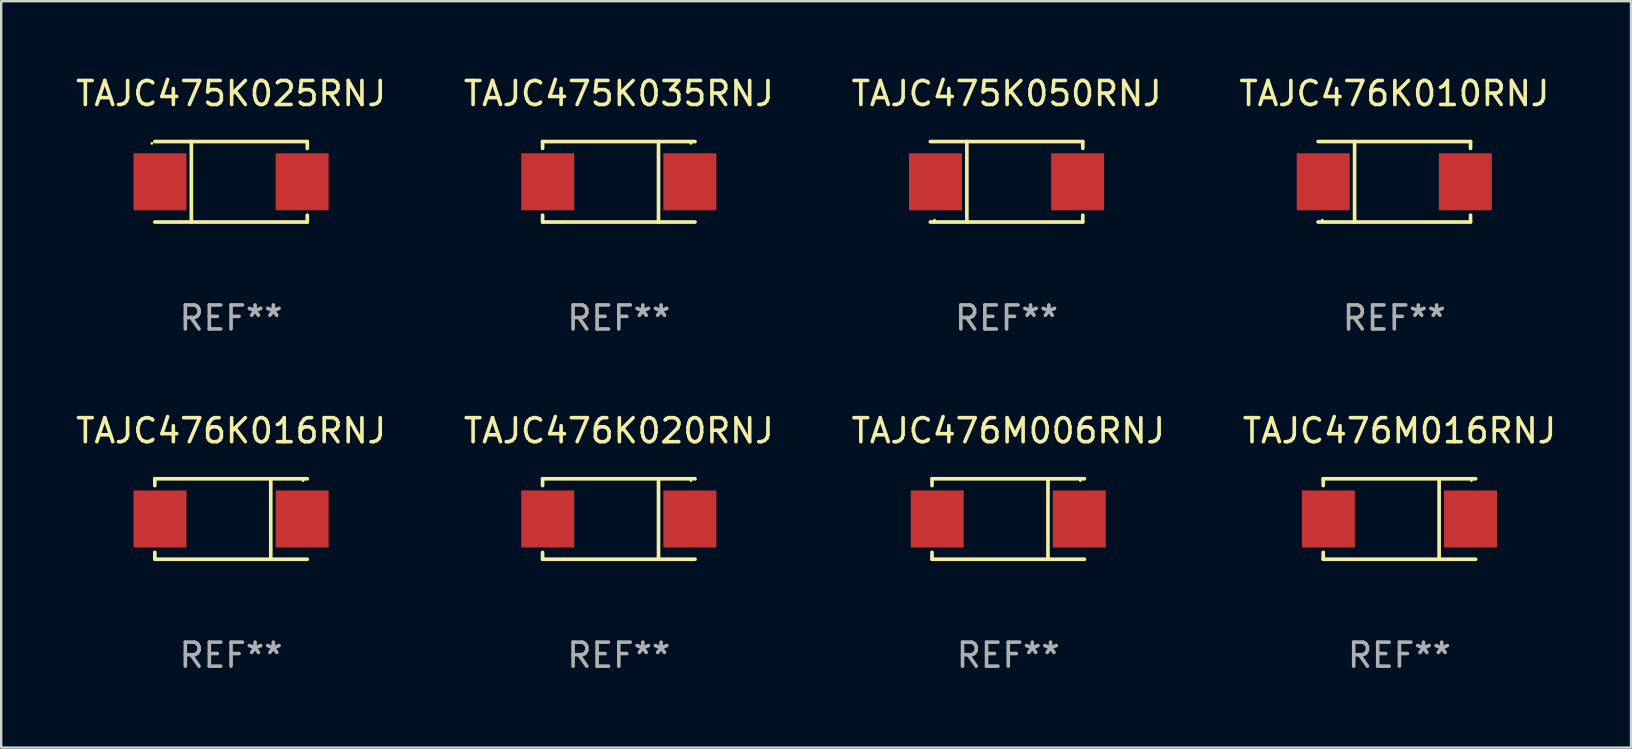
<source format=kicad_pcb>
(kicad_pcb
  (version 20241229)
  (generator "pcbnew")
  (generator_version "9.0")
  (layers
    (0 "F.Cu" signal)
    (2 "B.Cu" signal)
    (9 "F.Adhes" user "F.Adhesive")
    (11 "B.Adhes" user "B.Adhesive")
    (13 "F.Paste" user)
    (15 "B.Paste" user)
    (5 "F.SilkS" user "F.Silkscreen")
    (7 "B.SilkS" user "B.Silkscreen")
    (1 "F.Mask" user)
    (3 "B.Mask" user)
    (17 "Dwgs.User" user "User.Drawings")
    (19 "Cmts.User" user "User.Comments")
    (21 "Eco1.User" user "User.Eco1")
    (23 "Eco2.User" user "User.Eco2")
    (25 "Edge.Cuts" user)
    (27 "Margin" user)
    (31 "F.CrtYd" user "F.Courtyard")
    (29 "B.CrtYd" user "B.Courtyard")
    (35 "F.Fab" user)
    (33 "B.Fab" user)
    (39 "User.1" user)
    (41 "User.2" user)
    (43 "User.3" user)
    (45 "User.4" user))
  (footprint "TAJC476K020RNJ"
    (layer "F.Cu")
    (at 22.732 18.573)
    (property "Reference" "TAJC476K020RNJ" (at 0 -3.676 0) (layer "F.SilkS") (effects (font (size 1 1) (thickness 0.15))))
    (attr through_hole)
    (fp_line (start -3.176 -1.676) (end -3.176 -1.391) (stroke (width 0.152) (type solid)) (layer "F.SilkS"))
    (fp_line (start -3.176 -1.676) (end 3.176 -1.676) (stroke (width 0.152) (type solid)) (layer "F.SilkS"))
    (fp_line (start -3.176 1.676) (end -3.176 1.391) (stroke (width 0.152) (type solid)) (layer "F.SilkS"))
    (fp_line (start -3.176 1.676) (end 3.176 1.676) (stroke (width 0.152) (type solid)) (layer "F.SilkS"))
    (fp_line (start 1.654 -1.676) (end 1.654 1.676) (stroke (width 0.152) (type solid)) (layer "F.SilkS"))
    (fp_circle (center 3 -1.6) (end 3.03 -1.6) (stroke (width 0.06) (type solid)) (fill no) (layer "F.SilkS"))
    (fp_text user "REF**" (at 0 5.676 0) (layer "F.Fab") (effects (font (size 1 1) (thickness 0.15))))
    (pad "1" smd rect (at 2.961 0) (size 2.207 2.376) (layers "F.Cu" "F.Mask" "F.Paste"))
    (pad "2" smd rect (at -2.961 0) (size 2.207 2.376) (layers "F.Cu" "F.Mask" "F.Paste")))
  (footprint "TAJC476K010RNJ"
    (layer "F.Cu")
    (at 55.042 4.524)
    (property "Reference" "TAJC476K010RNJ" (at 0 -3.676 0) (layer "F.SilkS") (effects (font (size 1 1) (thickness 0.15))))
    (attr through_hole)
    (fp_line (start -1.654 1.676) (end -1.654 -1.676) (stroke (width 0.152) (type solid)) (layer "F.SilkS"))
    (fp_line (start 3.176 -1.676) (end -3.176 -1.676) (stroke (width 0.152) (type solid)) (layer "F.SilkS"))
    (fp_line (start 3.176 -1.676) (end 3.176 -1.391) (stroke (width 0.152) (type solid)) (layer "F.SilkS"))
    (fp_line (start 3.176 1.676) (end -3.176 1.676) (stroke (width 0.152) (type solid)) (layer "F.SilkS"))
    (fp_line (start 3.176 1.676) (end 3.176 1.391) (stroke (width 0.152) (type solid)) (layer "F.SilkS"))
    (fp_circle (center -3 1.6) (end -2.97 1.6) (stroke (width 0.06) (type solid)) (fill no) (layer "F.SilkS"))
    (fp_text user "REF**" (at 0 5.676 0) (layer "F.Fab") (effects (font (size 1 1) (thickness 0.15))))
    (pad "1" smd rect (at -2.961 -0.000051 180) (size 2.207 2.376) (layers "F.Cu" "F.Mask" "F.Paste"))
    (pad "2" smd rect (at 2.961 -0.000051 180) (size 2.207 2.376) (layers "F.Cu" "F.Mask" "F.Paste")))
  (footprint "TAJC475K025RNJ"
    (layer "F.Cu")
    (at 6.577 4.524)
    (property "Reference" "TAJC475K025RNJ" (at 0 -3.676 0) (layer "F.SilkS") (effects (font (size 1 1) (thickness 0.15))))
    (attr through_hole)
    (fp_line (start -1.654 1.676) (end -1.654 -1.676) (stroke (width 0.152) (type solid)) (layer "F.SilkS"))
    (fp_line (start 3.176 -1.676) (end -3.176 -1.676) (stroke (width 0.152) (type solid)) (layer "F.SilkS"))
    (fp_line (start 3.176 -1.676) (end 3.176 -1.391) (stroke (width 0.152) (type solid)) (layer "F.SilkS"))
    (fp_line (start 3.176 1.676) (end -3.176 1.676) (stroke (width 0.152) (type solid)) (layer "F.SilkS"))
    (fp_line (start 3.176 1.676) (end 3.176 1.391) (stroke (width 0.152) (type solid)) (layer "F.SilkS"))
    (fp_circle (center -3.3 -1.6) (end -3.27 -1.6) (stroke (width 0.06) (type solid)) (fill no) (layer "F.SilkS"))
    (fp_text user "REF**" (at 0 5.676 0) (layer "F.Fab") (effects (font (size 1 1) (thickness 0.15))))
    (pad "1" smd rect (at -2.961 0 180) (size 2.207 2.376) (layers "F.Cu" "F.Mask" "F.Paste"))
    (pad "2" smd rect (at 2.961 0 180) (size 2.207 2.376) (layers "F.Cu" "F.Mask" "F.Paste")))
  (footprint "TAJC476M006RNJ"
    (layer "F.Cu")
    (at 38.958 18.573)
    (property "Reference" "TAJC476M006RNJ" (at 0 -3.676 0) (layer "F.SilkS") (effects (font (size 1 1) (thickness 0.15))))
    (attr through_hole)
    (fp_line (start -3.176 -1.676) (end -3.176 -1.391) (stroke (width 0.152) (type solid)) (layer "F.SilkS"))
    (fp_line (start -3.176 -1.676) (end 3.176 -1.676) (stroke (width 0.152) (type solid)) (layer "F.SilkS"))
    (fp_line (start -3.176 1.676) (end -3.176 1.391) (stroke (width 0.152) (type solid)) (layer "F.SilkS"))
    (fp_line (start -3.176 1.676) (end 3.176 1.676) (stroke (width 0.152) (type solid)) (layer "F.SilkS"))
    (fp_line (start 1.654 -1.676) (end 1.654 1.676) (stroke (width 0.152) (type solid)) (layer "F.SilkS"))
    (fp_circle (center 3 -1.6) (end 3.03 -1.6) (stroke (width 0.06) (type solid)) (fill no) (layer "F.SilkS"))
    (fp_text user "REF**" (at 0 5.676 0) (layer "F.Fab") (effects (font (size 1 1) (thickness 0.15))))
    (pad "1" smd rect (at 2.961 0) (size 2.207 2.376) (layers "F.Cu" "F.Mask" "F.Paste"))
    (pad "2" smd rect (at -2.961 0) (size 2.207 2.376) (layers "F.Cu" "F.Mask" "F.Paste")))
  (footprint "TAJC476M016RNJ"
    (layer "F.Cu")
    (at 55.256 18.573)
    (property "Reference" "TAJC476M016RNJ" (at 0 -3.676 0) (layer "F.SilkS") (effects (font (size 1 1) (thickness 0.15))))
    (attr through_hole)
    (fp_line (start -3.176 -1.676) (end -3.176 -1.391) (stroke (width 0.152) (type solid)) (layer "F.SilkS"))
    (fp_line (start -3.176 -1.676) (end 3.176 -1.676) (stroke (width 0.152) (type solid)) (layer "F.SilkS"))
    (fp_line (start -3.176 1.676) (end -3.176 1.391) (stroke (width 0.152) (type solid)) (layer "F.SilkS"))
    (fp_line (start -3.176 1.676) (end 3.176 1.676) (stroke (width 0.152) (type solid)) (layer "F.SilkS"))
    (fp_line (start 1.654 -1.676) (end 1.654 1.676) (stroke (width 0.152) (type solid)) (layer "F.SilkS"))
    (fp_circle (center 3 -1.6) (end 3.03 -1.6) (stroke (width 0.06) (type solid)) (fill no) (layer "F.SilkS"))
    (fp_text user "REF**" (at 0 5.676 0) (layer "F.Fab") (effects (font (size 1 1) (thickness 0.15))))
    (pad "1" smd rect (at 2.961 0) (size 2.207 2.376) (layers "F.Cu" "F.Mask" "F.Paste"))
    (pad "2" smd rect (at -2.961 0) (size 2.207 2.376) (layers "F.Cu" "F.Mask" "F.Paste")))
  (footprint "TAJC475K035RNJ"
    (layer "F.Cu")
    (at 22.732 4.524)
    (property "Reference" "TAJC475K035RNJ" (at 0 -3.676 0) (layer "F.SilkS") (effects (font (size 1 1) (thickness 0.15))))
    (attr through_hole)
    (fp_line (start -3.176 -1.676) (end -3.176 -1.391) (stroke (width 0.152) (type solid)) (layer "F.SilkS"))
    (fp_line (start -3.176 -1.676) (end 3.176 -1.676) (stroke (width 0.152) (type solid)) (layer "F.SilkS"))
    (fp_line (start -3.176 1.676) (end -3.176 1.391) (stroke (width 0.152) (type solid)) (layer "F.SilkS"))
    (fp_line (start -3.176 1.676) (end 3.176 1.676) (stroke (width 0.152) (type solid)) (layer "F.SilkS"))
    (fp_line (start 1.654 -1.676) (end 1.654 1.676) (stroke (width 0.152) (type solid)) (layer "F.SilkS"))
    (fp_circle (center 3 -1.6) (end 3.03 -1.6) (stroke (width 0.06) (type solid)) (fill no) (layer "F.SilkS"))
    (fp_text user "REF**" (at 0 5.676 0) (layer "F.Fab") (effects (font (size 1 1) (thickness 0.15))))
    (pad "1" smd rect (at 2.961 0) (size 2.207 2.376) (layers "F.Cu" "F.Mask" "F.Paste"))
    (pad "2" smd rect (at -2.961 0) (size 2.207 2.376) (layers "F.Cu" "F.Mask" "F.Paste")))
  (footprint "TAJC475K050RNJ"
    (layer "F.Cu")
    (at 38.887 4.524)
    (property "Reference" "TAJC475K050RNJ" (at 0 -3.676 0) (layer "F.SilkS") (effects (font (size 1 1) (thickness 0.15))))
    (attr through_hole)
    (fp_line (start -1.654 1.676) (end -1.654 -1.676) (stroke (width 0.152) (type solid)) (layer "F.SilkS"))
    (fp_line (start 3.176 -1.676) (end -3.176 -1.676) (stroke (width 0.152) (type solid)) (layer "F.SilkS"))
    (fp_line (start 3.176 -1.676) (end 3.176 -1.391) (stroke (width 0.152) (type solid)) (layer "F.SilkS"))
    (fp_line (start 3.176 1.676) (end -3.176 1.676) (stroke (width 0.152) (type solid)) (layer "F.SilkS"))
    (fp_line (start 3.176 1.676) (end 3.176 1.391) (stroke (width 0.152) (type solid)) (layer "F.SilkS"))
    (fp_circle (center -3 1.6) (end -2.97 1.6) (stroke (width 0.06) (type solid)) (fill no) (layer "F.SilkS"))
    (fp_text user "REF**" (at 0 5.676 0) (layer "F.Fab") (effects (font (size 1 1) (thickness 0.15))))
    (pad "1" smd rect (at -2.961 -0.000051 180) (size 2.207 2.376) (layers "F.Cu" "F.Mask" "F.Paste"))
    (pad "2" smd rect (at 2.961 -0.000051 180) (size 2.207 2.376) (layers "F.Cu" "F.Mask" "F.Paste")))
  (footprint "TAJC476K016RNJ"
    (layer "F.Cu")
    (at 6.577 18.573)
    (property "Reference" "TAJC476K016RNJ" (at 0 -3.676 0) (layer "F.SilkS") (effects (font (size 1 1) (thickness 0.15))))
    (attr through_hole)
    (fp_line (start -3.176 -1.676) (end -3.176 -1.391) (stroke (width 0.152) (type solid)) (layer "F.SilkS"))
    (fp_line (start -3.176 -1.676) (end 3.176 -1.676) (stroke (width 0.152) (type solid)) (layer "F.SilkS"))
    (fp_line (start -3.176 1.676) (end -3.176 1.391) (stroke (width 0.152) (type solid)) (layer "F.SilkS"))
    (fp_line (start -3.176 1.676) (end 3.176 1.676) (stroke (width 0.152) (type solid)) (layer "F.SilkS"))
    (fp_line (start 1.654 -1.676) (end 1.654 1.676) (stroke (width 0.152) (type solid)) (layer "F.SilkS"))
    (fp_circle (center 3 -1.6) (end 3.03 -1.6) (stroke (width 0.06) (type solid)) (fill no) (layer "F.SilkS"))
    (fp_text user "REF**" (at 0 5.676 0) (layer "F.Fab") (effects (font (size 1 1) (thickness 0.15))))
    (pad "1" smd rect (at 2.961 0) (size 2.207 2.376) (layers "F.Cu" "F.Mask" "F.Paste"))
    (pad "2" smd rect (at -2.961 0) (size 2.207 2.376) (layers "F.Cu" "F.Mask" "F.Paste")))
  (gr_rect
    (start -3 -3)
    (end 64.905 28.098)
    (stroke (width 0.1) (type default))
    (fill no)
    (layer "Edge.Cuts")))
</source>
